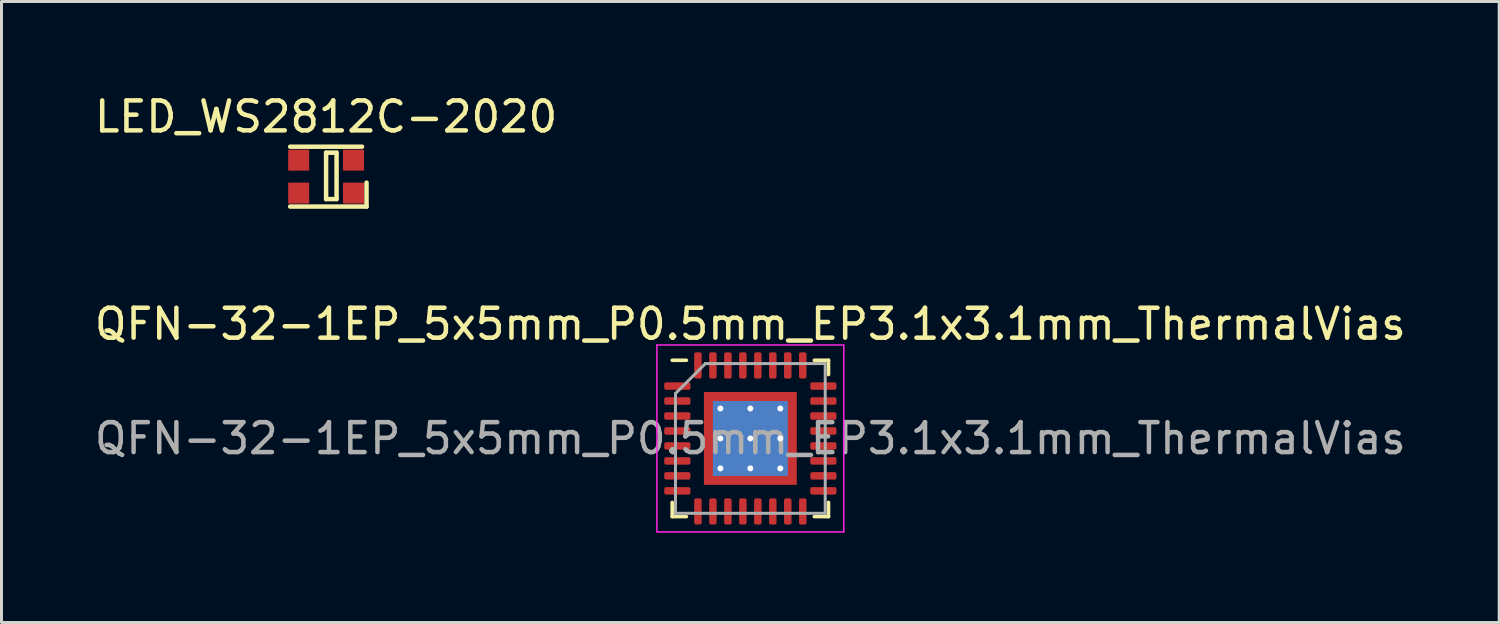
<source format=kicad_pcb>
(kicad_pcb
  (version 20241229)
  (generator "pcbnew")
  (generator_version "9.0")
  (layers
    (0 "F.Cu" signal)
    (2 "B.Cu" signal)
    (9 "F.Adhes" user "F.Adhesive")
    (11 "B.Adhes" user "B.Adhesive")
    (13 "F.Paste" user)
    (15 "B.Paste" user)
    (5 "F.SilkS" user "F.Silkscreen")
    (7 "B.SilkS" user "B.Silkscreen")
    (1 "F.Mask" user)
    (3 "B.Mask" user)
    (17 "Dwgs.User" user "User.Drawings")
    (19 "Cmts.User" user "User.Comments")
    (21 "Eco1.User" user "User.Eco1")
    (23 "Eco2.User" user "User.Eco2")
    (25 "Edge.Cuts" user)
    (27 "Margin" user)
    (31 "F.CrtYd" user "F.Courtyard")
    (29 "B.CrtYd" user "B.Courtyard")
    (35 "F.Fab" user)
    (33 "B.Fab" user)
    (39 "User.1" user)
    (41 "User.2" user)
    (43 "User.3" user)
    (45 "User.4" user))
  (footprint "LED_WS2812C-2020"
    (layer "F.Cu")
    (at 7.839 2.848)
    (property "Reference" "LED_WS2812C-2020" (at 0 -2 0) (layer "F.SilkS") (effects (font (size 1 1) (thickness 0.15))))
    (attr through_hole)
    (fp_line (start -1.2 -1) (end 1.2 -1) (stroke (width 0.15) (type solid)) (layer "F.SilkS"))
    (fp_line (start -1.2 1) (end 1.35 1) (stroke (width 0.15) (type solid)) (layer "F.SilkS"))
    (fp_line (start 0 -0.8) (end 0 0.75) (stroke (width 0.15) (type solid)) (layer "F.SilkS"))
    (fp_line (start 0 0.75) (end 0.35 0.75) (stroke (width 0.15) (type solid)) (layer "F.SilkS"))
    (fp_line (start 0.35 -0.8) (end 0 -0.8) (stroke (width 0.15) (type solid)) (layer "F.SilkS"))
    (fp_line (start 0.35 0.75) (end 0.35 -0.8) (stroke (width 0.15) (type solid)) (layer "F.SilkS"))
    (fp_line (start 1.35 1) (end 1.35 0.2) (stroke (width 0.15) (type solid)) (layer "F.SilkS"))
    (pad "1" smd rect (at 0.915 0.55) (size 0.7 0.7) (layers "F.Cu" "F.Mask" "F.Paste"))
    (pad "2" smd rect (at 0.915 -0.55) (size 0.7 0.7) (layers "F.Cu" "F.Mask" "F.Paste"))
    (pad "3" smd rect (at -0.915 -0.55) (size 0.7 0.7) (layers "F.Cu" "F.Mask" "F.Paste"))
    (pad "4" smd rect (at -0.915 0.55) (size 0.7 0.7) (layers "F.Cu" "F.Mask" "F.Paste")))
  (footprint "QFN-32-1EP_5x5mm_P0.5mm_EP3.1x3.1mm_ThermalVias"
    (layer "F.Cu")
    (at 22.006 11.591)
    (property "Reference" "QFN-32-1EP_5x5mm_P0.5mm_EP3.1x3.1mm_ThermalVias" (at 0 -3.82 0) (layer "F.SilkS") (effects (font (size 1 1) (thickness 0.15))))
    (attr smd)
    (fp_line (start -2.61 2.61) (end -2.61 2.135) (stroke (width 0.12) (type solid)) (layer "F.SilkS"))
    (fp_line (start -2.135 -2.61) (end -2.61 -2.61) (stroke (width 0.12) (type solid)) (layer "F.SilkS"))
    (fp_line (start -2.135 2.61) (end -2.61 2.61) (stroke (width 0.12) (type solid)) (layer "F.SilkS"))
    (fp_line (start 2.135 -2.61) (end 2.61 -2.61) (stroke (width 0.12) (type solid)) (layer "F.SilkS"))
    (fp_line (start 2.135 2.61) (end 2.61 2.61) (stroke (width 0.12) (type solid)) (layer "F.SilkS"))
    (fp_line (start 2.61 -2.61) (end 2.61 -2.135) (stroke (width 0.12) (type solid)) (layer "F.SilkS"))
    (fp_line (start 2.61 2.61) (end 2.61 2.135) (stroke (width 0.12) (type solid)) (layer "F.SilkS"))
    (fp_line (start -3.12 -3.12) (end -3.12 3.12) (stroke (width 0.05) (type solid)) (layer "F.CrtYd"))
    (fp_line (start -3.12 3.12) (end 3.12 3.12) (stroke (width 0.05) (type solid)) (layer "F.CrtYd"))
    (fp_line (start 3.12 -3.12) (end -3.12 -3.12) (stroke (width 0.05) (type solid)) (layer "F.CrtYd"))
    (fp_line (start 3.12 3.12) (end 3.12 -3.12) (stroke (width 0.05) (type solid)) (layer "F.CrtYd"))
    (fp_line (start -2.5 -1.5) (end -1.5 -2.5) (stroke (width 0.1) (type solid)) (layer "F.Fab"))
    (fp_line (start -2.5 2.5) (end -2.5 -1.5) (stroke (width 0.1) (type solid)) (layer "F.Fab"))
    (fp_line (start -1.5 -2.5) (end 2.5 -2.5) (stroke (width 0.1) (type solid)) (layer "F.Fab"))
    (fp_line (start 2.5 -2.5) (end 2.5 2.5) (stroke (width 0.1) (type solid)) (layer "F.Fab"))
    (fp_line (start 2.5 2.5) (end -2.5 2.5) (stroke (width 0.1) (type solid)) (layer "F.Fab"))
    (fp_text user "${REFERENCE}" (at 0 0 0) (layer "F.Fab") (effects (font (size 1 1) (thickness 0.15))))
    (pad "" smd custom (at -1.275 -1.275) (size 0.319 0.319) (layers "F.Paste") (options (anchor circle)) (primitives (gr_poly (pts (xy -0.111 -0.111) (xy 0.111 -0.111) (xy 0.111 -0.000473) (xy -0.000473 0.111) (xy -0.111 0.111)) (width 0.222) (fill yes))))
    (pad "" smd custom (at -1.275 -0.5) (size 0.35 0.35) (layers "F.Paste") (options (anchor circle)) (primitives (gr_poly (pts (xy -0.128 -0.309) (xy 0.05 -0.309) (xy 0.128 -0.232) (xy 0.128 0.232) (xy 0.05 0.309) (xy -0.128 0.309)) (width 0.188) (fill yes))))
    (pad "" smd custom (at -1.275 0.5) (size 0.35 0.35) (layers "F.Paste") (options (anchor circle)) (primitives (gr_poly (pts (xy -0.128 -0.309) (xy 0.05 -0.309) (xy 0.128 -0.232) (xy 0.128 0.232) (xy 0.05 0.309) (xy -0.128 0.309)) (width 0.188) (fill yes))))
    (pad "" smd custom (at -1.275 1.275) (size 0.319 0.319) (layers "F.Paste") (options (anchor circle)) (primitives (gr_poly (pts (xy -0.111 -0.111) (xy -0.000473 -0.111) (xy 0.111 0.000473) (xy 0.111 0.111) (xy -0.111 0.111)) (width 0.222) (fill yes))))
    (pad "" smd custom (at -0.5 -1.275) (size 0.35 0.35) (layers "F.Paste") (options (anchor circle)) (primitives (gr_poly (pts (xy -0.309 -0.128) (xy 0.309 -0.128) (xy 0.309 0.05) (xy 0.232 0.128) (xy -0.232 0.128) (xy -0.309 0.05)) (width 0.188) (fill yes))))
    (pad "" smd roundrect (at -0.5 -0.5) (size 0.806 0.806) (layers "F.Paste") (roundrect_rratio 0.25))
    (pad "" smd roundrect (at -0.5 0.5) (size 0.806 0.806) (layers "F.Paste") (roundrect_rratio 0.25))
    (pad "" smd custom (at -0.5 1.275) (size 0.35 0.35) (layers "F.Paste") (options (anchor circle)) (primitives (gr_poly (pts (xy -0.309 -0.05) (xy -0.232 -0.128) (xy 0.232 -0.128) (xy 0.309 -0.05) (xy 0.309 0.128) (xy -0.309 0.128)) (width 0.188) (fill yes))))
    (pad "" smd custom (at 0.5 -1.275) (size 0.35 0.35) (layers "F.Paste") (options (anchor circle)) (primitives (gr_poly (pts (xy -0.309 -0.128) (xy 0.309 -0.128) (xy 0.309 0.05) (xy 0.232 0.128) (xy -0.232 0.128) (xy -0.309 0.05)) (width 0.188) (fill yes))))
    (pad "" smd roundrect (at 0.5 -0.5) (size 0.806 0.806) (layers "F.Paste") (roundrect_rratio 0.25))
    (pad "" smd roundrect (at 0.5 0.5) (size 0.806 0.806) (layers "F.Paste") (roundrect_rratio 0.25))
    (pad "" smd custom (at 0.5 1.275) (size 0.35 0.35) (layers "F.Paste") (options (anchor circle)) (primitives (gr_poly (pts (xy -0.309 -0.05) (xy -0.232 -0.128) (xy 0.232 -0.128) (xy 0.309 -0.05) (xy 0.309 0.128) (xy -0.309 0.128)) (width 0.188) (fill yes))))
    (pad "" smd custom (at 1.275 -1.275) (size 0.319 0.319) (layers "F.Paste") (options (anchor circle)) (primitives (gr_poly (pts (xy -0.111 -0.111) (xy 0.111 -0.111) (xy 0.111 0.111) (xy 0.000473 0.111) (xy -0.111 -0.000473)) (width 0.222) (fill yes))))
    (pad "" smd custom (at 1.275 -0.5) (size 0.35 0.35) (layers "F.Paste") (options (anchor circle)) (primitives (gr_poly (pts (xy -0.128 -0.232) (xy -0.05 -0.309) (xy 0.128 -0.309) (xy 0.128 0.309) (xy -0.05 0.309) (xy -0.128 0.232)) (width 0.188) (fill yes))))
    (pad "" smd custom (at 1.275 0.5) (size 0.35 0.35) (layers "F.Paste") (options (anchor circle)) (primitives (gr_poly (pts (xy -0.128 -0.232) (xy -0.05 -0.309) (xy 0.128 -0.309) (xy 0.128 0.309) (xy -0.05 0.309) (xy -0.128 0.232)) (width 0.188) (fill yes))))
    (pad "" smd custom (at 1.275 1.275) (size 0.319 0.319) (layers "F.Paste") (options (anchor circle)) (primitives (gr_poly (pts (xy -0.111 0.000473) (xy 0.000473 -0.111) (xy 0.111 -0.111) (xy 0.111 0.111) (xy -0.111 0.111)) (width 0.222) (fill yes))))
    (pad "1" smd roundrect (at -2.438 -1.75) (size 0.875 0.25) (layers "F.Cu" "F.Mask" "F.Paste") (roundrect_rratio 0.25))
    (pad "2" smd roundrect (at -2.438 -1.25) (size 0.875 0.25) (layers "F.Cu" "F.Mask" "F.Paste") (roundrect_rratio 0.25))
    (pad "3" smd roundrect (at -2.438 -0.75) (size 0.875 0.25) (layers "F.Cu" "F.Mask" "F.Paste") (roundrect_rratio 0.25))
    (pad "4" smd roundrect (at -2.438 -0.25) (size 0.875 0.25) (layers "F.Cu" "F.Mask" "F.Paste") (roundrect_rratio 0.25))
    (pad "5" smd roundrect (at -2.438 0.25) (size 0.875 0.25) (layers "F.Cu" "F.Mask" "F.Paste") (roundrect_rratio 0.25))
    (pad "6" smd roundrect (at -2.438 0.75) (size 0.875 0.25) (layers "F.Cu" "F.Mask" "F.Paste") (roundrect_rratio 0.25))
    (pad "7" smd roundrect (at -2.438 1.25) (size 0.875 0.25) (layers "F.Cu" "F.Mask" "F.Paste") (roundrect_rratio 0.25))
    (pad "8" smd roundrect (at -2.438 1.75) (size 0.875 0.25) (layers "F.Cu" "F.Mask" "F.Paste") (roundrect_rratio 0.25))
    (pad "9" smd roundrect (at -1.75 2.438) (size 0.25 0.875) (layers "F.Cu" "F.Mask" "F.Paste") (roundrect_rratio 0.25))
    (pad "10" smd roundrect (at -1.25 2.438) (size 0.25 0.875) (layers "F.Cu" "F.Mask" "F.Paste") (roundrect_rratio 0.25))
    (pad "11" smd roundrect (at -0.75 2.438) (size 0.25 0.875) (layers "F.Cu" "F.Mask" "F.Paste") (roundrect_rratio 0.25))
    (pad "12" smd roundrect (at -0.25 2.438) (size 0.25 0.875) (layers "F.Cu" "F.Mask" "F.Paste") (roundrect_rratio 0.25))
    (pad "13" smd roundrect (at 0.25 2.438) (size 0.25 0.875) (layers "F.Cu" "F.Mask" "F.Paste") (roundrect_rratio 0.25))
    (pad "14" smd roundrect (at 0.75 2.438) (size 0.25 0.875) (layers "F.Cu" "F.Mask" "F.Paste") (roundrect_rratio 0.25))
    (pad "15" smd roundrect (at 1.25 2.438) (size 0.25 0.875) (layers "F.Cu" "F.Mask" "F.Paste") (roundrect_rratio 0.25))
    (pad "16" smd roundrect (at 1.75 2.438) (size 0.25 0.875) (layers "F.Cu" "F.Mask" "F.Paste") (roundrect_rratio 0.25))
    (pad "17" smd roundrect (at 2.438 1.75) (size 0.875 0.25) (layers "F.Cu" "F.Mask" "F.Paste") (roundrect_rratio 0.25))
    (pad "18" smd roundrect (at 2.438 1.25) (size 0.875 0.25) (layers "F.Cu" "F.Mask" "F.Paste") (roundrect_rratio 0.25))
    (pad "19" smd roundrect (at 2.438 0.75) (size 0.875 0.25) (layers "F.Cu" "F.Mask" "F.Paste") (roundrect_rratio 0.25))
    (pad "20" smd roundrect (at 2.438 0.25) (size 0.875 0.25) (layers "F.Cu" "F.Mask" "F.Paste") (roundrect_rratio 0.25))
    (pad "21" smd roundrect (at 2.438 -0.25) (size 0.875 0.25) (layers "F.Cu" "F.Mask" "F.Paste") (roundrect_rratio 0.25))
    (pad "22" smd roundrect (at 2.438 -0.75) (size 0.875 0.25) (layers "F.Cu" "F.Mask" "F.Paste") (roundrect_rratio 0.25))
    (pad "23" smd roundrect (at 2.438 -1.25) (size 0.875 0.25) (layers "F.Cu" "F.Mask" "F.Paste") (roundrect_rratio 0.25))
    (pad "24" smd roundrect (at 2.438 -1.75) (size 0.875 0.25) (layers "F.Cu" "F.Mask" "F.Paste") (roundrect_rratio 0.25))
    (pad "25" smd roundrect (at 1.75 -2.438) (size 0.25 0.875) (layers "F.Cu" "F.Mask" "F.Paste") (roundrect_rratio 0.25))
    (pad "26" smd roundrect (at 1.25 -2.438) (size 0.25 0.875) (layers "F.Cu" "F.Mask" "F.Paste") (roundrect_rratio 0.25))
    (pad "27" smd roundrect (at 0.75 -2.438) (size 0.25 0.875) (layers "F.Cu" "F.Mask" "F.Paste") (roundrect_rratio 0.25))
    (pad "28" smd roundrect (at 0.25 -2.438) (size 0.25 0.875) (layers "F.Cu" "F.Mask" "F.Paste") (roundrect_rratio 0.25))
    (pad "29" smd roundrect (at -0.25 -2.438) (size 0.25 0.875) (layers "F.Cu" "F.Mask" "F.Paste") (roundrect_rratio 0.25))
    (pad "30" smd roundrect (at -0.75 -2.438) (size 0.25 0.875) (layers "F.Cu" "F.Mask" "F.Paste") (roundrect_rratio 0.25))
    (pad "31" smd roundrect (at -1.25 -2.438) (size 0.25 0.875) (layers "F.Cu" "F.Mask" "F.Paste") (roundrect_rratio 0.25))
    (pad "32" smd roundrect (at -1.75 -2.438) (size 0.25 0.875) (layers "F.Cu" "F.Mask" "F.Paste") (roundrect_rratio 0.25))
    (pad "33" thru_hole circle (at -1 -1) (size 0.5 0.5) (drill 0.2) (layers "*.Cu"))
    (pad "33" thru_hole circle (at -1 0) (size 0.5 0.5) (drill 0.2) (layers "*.Cu"))
    (pad "33" thru_hole circle (at -1 1) (size 0.5 0.5) (drill 0.2) (layers "*.Cu"))
    (pad "33" thru_hole circle (at 0 -1) (size 0.5 0.5) (drill 0.2) (layers "*.Cu"))
    (pad "33" thru_hole circle (at 0 0) (size 0.5 0.5) (drill 0.2) (layers "*.Cu"))
    (pad "33" smd rect (at 0 0) (size 2.5 2.5) (layers "B.Cu"))
    (pad "33" smd rect (at 0 0) (size 3.1 3.1) (layers "F.Cu" "F.Mask"))
    (pad "33" thru_hole circle (at 0 1) (size 0.5 0.5) (drill 0.2) (layers "*.Cu"))
    (pad "33" thru_hole circle (at 1 -1) (size 0.5 0.5) (drill 0.2) (layers "*.Cu"))
    (pad "33" thru_hole circle (at 1 0) (size 0.5 0.5) (drill 0.2) (layers "*.Cu"))
    (pad "33" thru_hole circle (at 1 1) (size 0.5 0.5) (drill 0.2) (layers "*.Cu")))
  (gr_rect
    (start -3 -3)
    (end 47.012 17.736)
    (stroke (width 0.1) (type default))
    (fill no)
    (layer "Edge.Cuts")))
</source>
